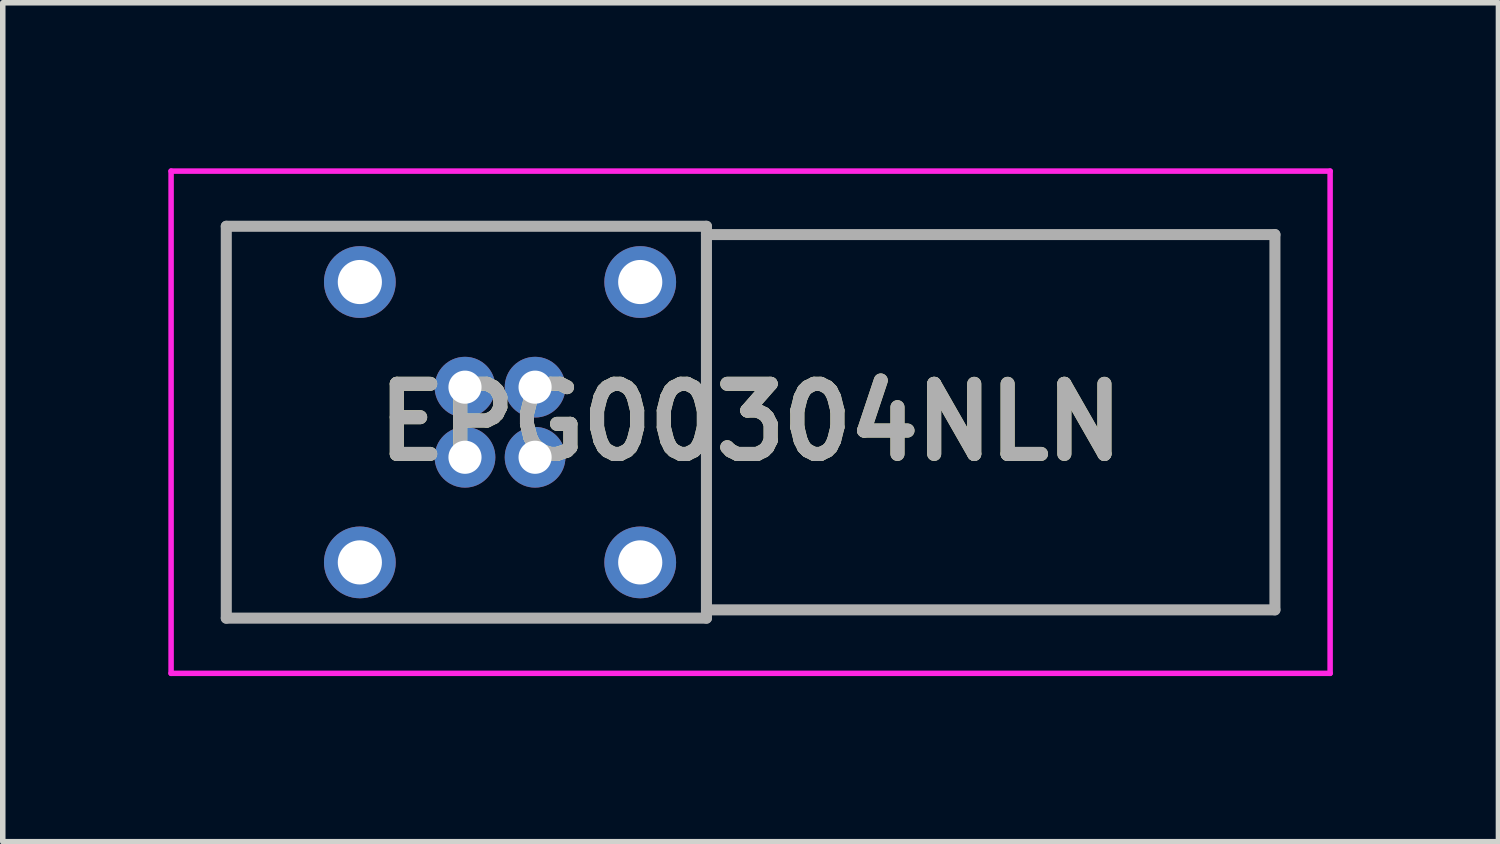
<source format=kicad_pcb>
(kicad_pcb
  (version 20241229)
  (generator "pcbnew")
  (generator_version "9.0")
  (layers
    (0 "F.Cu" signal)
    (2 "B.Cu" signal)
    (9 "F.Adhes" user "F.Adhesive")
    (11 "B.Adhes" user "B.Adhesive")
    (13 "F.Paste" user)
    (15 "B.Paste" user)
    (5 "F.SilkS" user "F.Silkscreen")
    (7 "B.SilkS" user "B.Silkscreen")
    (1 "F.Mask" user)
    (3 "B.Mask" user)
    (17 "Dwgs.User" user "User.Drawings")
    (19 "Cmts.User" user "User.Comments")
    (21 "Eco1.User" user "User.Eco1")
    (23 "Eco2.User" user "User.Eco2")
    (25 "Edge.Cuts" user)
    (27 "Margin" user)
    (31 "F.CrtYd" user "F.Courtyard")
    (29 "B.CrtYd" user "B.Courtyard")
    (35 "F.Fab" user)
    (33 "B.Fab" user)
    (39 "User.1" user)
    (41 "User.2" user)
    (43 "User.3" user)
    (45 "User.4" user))
  (footprint "EPG00304NLN"
    (layer "F.Cu")
    (at 5.375 5.235)
    (property "Reference" "EPG00304NLN" (at 5.175 -0.635 0) (layer "F.SilkS") (effects (font (size 1.27 1.27) (thickness 0.254))))
    (attr through_hole)
    (fp_line (start -4.325 -4.185) (end 4.375 -4.185) (stroke (width 0.1) (type solid)) (layer "F.SilkS"))
    (fp_line (start -4.325 2.915) (end -4.325 -4.185) (stroke (width 0.1) (type solid)) (layer "F.SilkS"))
    (fp_line (start 4.375 -4.185) (end 4.375 2.915) (stroke (width 0.1) (type solid)) (layer "F.SilkS"))
    (fp_line (start 4.375 -4.035) (end 14.675 -4.035) (stroke (width 0.1) (type solid)) (layer "F.SilkS"))
    (fp_line (start 4.375 2.915) (end -4.325 2.915) (stroke (width 0.1) (type solid)) (layer "F.SilkS"))
    (fp_line (start 14.675 -4.035) (end 14.675 2.765) (stroke (width 0.1) (type solid)) (layer "F.SilkS"))
    (fp_line (start 14.675 2.765) (end 4.375 2.765) (stroke (width 0.1) (type solid)) (layer "F.SilkS"))
    (fp_line (start -5.325 -5.185) (end 15.675 -5.185) (stroke (width 0.1) (type solid)) (layer "F.CrtYd"))
    (fp_line (start -5.325 3.915) (end -5.325 -5.185) (stroke (width 0.1) (type solid)) (layer "F.CrtYd"))
    (fp_line (start 15.675 -5.185) (end 15.675 3.915) (stroke (width 0.1) (type solid)) (layer "F.CrtYd"))
    (fp_line (start 15.675 3.915) (end -5.325 3.915) (stroke (width 0.1) (type solid)) (layer "F.CrtYd"))
    (fp_line (start -4.325 -4.185) (end 4.375 -4.185) (stroke (width 0.2) (type solid)) (layer "F.Fab"))
    (fp_line (start -4.325 2.915) (end -4.325 -4.185) (stroke (width 0.2) (type solid)) (layer "F.Fab"))
    (fp_line (start 4.375 -4.185) (end 4.375 2.915) (stroke (width 0.2) (type solid)) (layer "F.Fab"))
    (fp_line (start 4.375 -4.035) (end 14.675 -4.035) (stroke (width 0.2) (type solid)) (layer "F.Fab"))
    (fp_line (start 4.375 2.915) (end -4.325 2.915) (stroke (width 0.2) (type solid)) (layer "F.Fab"))
    (fp_line (start 14.675 -4.035) (end 14.675 2.765) (stroke (width 0.2) (type solid)) (layer "F.Fab"))
    (fp_line (start 14.675 2.765) (end 4.375 2.765) (stroke (width 0.2) (type solid)) (layer "F.Fab"))
    (fp_text user "${REFERENCE}" (at 5.175 -0.635 0) (layer "F.Fab") (effects (font (size 1.27 1.27) (thickness 0.254))))
    (pad "1" thru_hole circle (at 0 0) (size 1.1 1.1) (drill 0.6) (layers "*.Cu" "*.Mask"))
    (pad "2" thru_hole circle (at 1.27 0) (size 1.1 1.1) (drill 0.6) (layers "*.Cu" "*.Mask"))
    (pad "3" thru_hole circle (at 1.27 -1.27) (size 1.1 1.1) (drill 0.6) (layers "*.Cu" "*.Mask"))
    (pad "4" thru_hole circle (at 0 -1.27) (size 1.1 1.1) (drill 0.6) (layers "*.Cu" "*.Mask"))
    (pad "MH1" thru_hole circle (at -1.905 1.905) (size 1.3 1.3) (drill 0.8) (layers "*.Cu" "*.Mask"))
    (pad "MH2" thru_hole circle (at 3.175 1.905) (size 1.3 1.3) (drill 0.8) (layers "*.Cu" "*.Mask"))
    (pad "MH3" thru_hole circle (at 3.175 -3.175) (size 1.3 1.3) (drill 0.8) (layers "*.Cu" "*.Mask"))
    (pad "MH4" thru_hole circle (at -1.905 -3.175) (size 1.3 1.3) (drill 0.8) (layers "*.Cu" "*.Mask")))
  (gr_rect
    (start -3 -3)
    (end 24.1 12.2)
    (stroke (width 0.1) (type default))
    (fill no)
    (layer "Edge.Cuts")))
</source>
